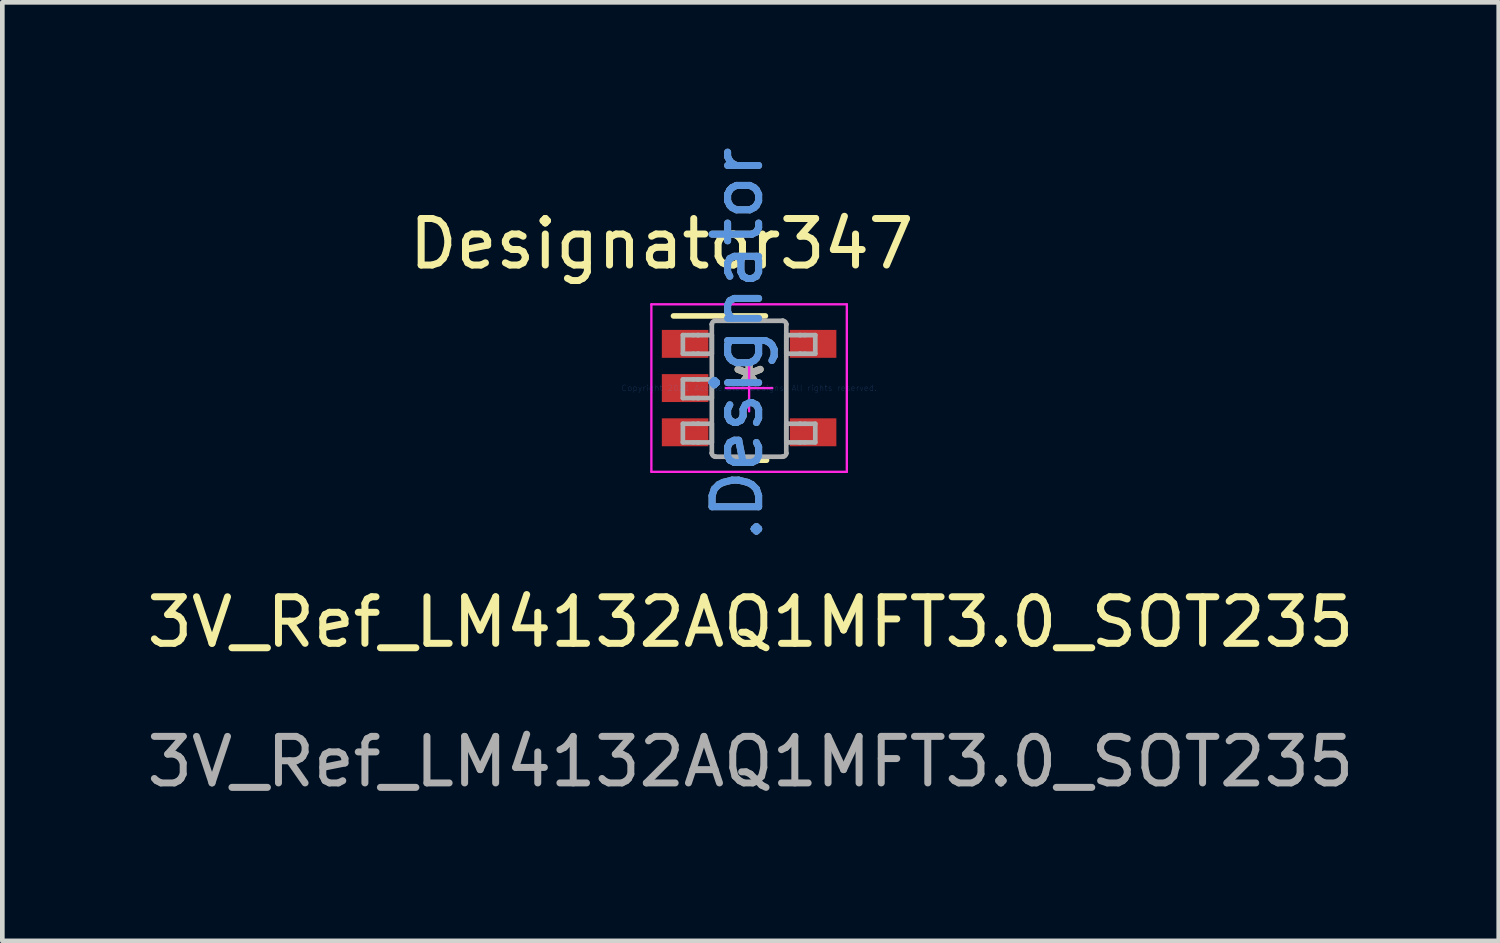
<source format=kicad_pcb>
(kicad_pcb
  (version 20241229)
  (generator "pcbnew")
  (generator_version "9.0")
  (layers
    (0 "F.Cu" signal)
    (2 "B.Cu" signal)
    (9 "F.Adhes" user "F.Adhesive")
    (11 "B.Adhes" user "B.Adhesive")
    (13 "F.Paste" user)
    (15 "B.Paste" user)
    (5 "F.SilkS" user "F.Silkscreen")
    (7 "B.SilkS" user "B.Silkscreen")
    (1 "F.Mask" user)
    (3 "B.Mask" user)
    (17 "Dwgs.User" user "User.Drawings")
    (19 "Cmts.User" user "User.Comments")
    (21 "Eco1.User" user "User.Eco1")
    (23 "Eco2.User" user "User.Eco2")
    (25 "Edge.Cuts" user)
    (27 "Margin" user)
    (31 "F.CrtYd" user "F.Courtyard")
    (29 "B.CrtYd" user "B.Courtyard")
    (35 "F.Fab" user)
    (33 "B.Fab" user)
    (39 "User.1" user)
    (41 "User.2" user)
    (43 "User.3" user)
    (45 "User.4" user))
  (footprint "3V_Ref_LM4132AQ1MFT3.0_SOT235"
    (layer "F.Cu")
    (at 13.047 5.289)
    (property "Reference" "3V_Ref_LM4132AQ1MFT3.0_SOT235" (at 0.03 5.03 0) (unlocked yes) (layer "F.SilkS") (effects (font (size 1 1) (thickness 0.15))))
    (attr smd)
    (fp_line (start -1.625 -1.55) (end 0.35 -1.55) (stroke (width 0.12) (type solid)) (layer "F.SilkS"))
    (fp_line (start -0.4 1.55) (end 0.375 1.55) (stroke (width 0.12) (type solid)) (layer "F.SilkS"))
    (fp_line (start -2.1 -1.8) (end 2.1 -1.8) (stroke (width 0.05) (type solid)) (layer "F.CrtYd"))
    (fp_line (start -2.1 1.8) (end -2.1 -1.8) (stroke (width 0.05) (type solid)) (layer "F.CrtYd"))
    (fp_line (start -2.1 1.8) (end 2.1 1.8) (stroke (width 0.05) (type solid)) (layer "F.CrtYd"))
    (fp_line (start -0.5 0.000001) (end 0.5 0.000001) (stroke (width 0.05) (type solid)) (layer "F.CrtYd"))
    (fp_line (start 0.000002 0.5) (end 0.000002 -0.5) (stroke (width 0.05) (type solid)) (layer "F.CrtYd"))
    (fp_line (start 2.1 1.8) (end 2.1 -1.8) (stroke (width 0.05) (type solid)) (layer "F.CrtYd"))
    (fp_line (start -1.423 -1.138) (end -1.199 -1.138) (stroke (width 0.1) (type solid)) (layer "F.Fab"))
    (fp_line (start -1.423 -0.738) (end -1.423 -1.138) (stroke (width 0.1) (type solid)) (layer "F.Fab"))
    (fp_line (start -1.423 -0.738) (end -1.199 -0.738) (stroke (width 0.1) (type solid)) (layer "F.Fab"))
    (fp_line (start -1.423 -0.186) (end -1.199 -0.186) (stroke (width 0.1) (type solid)) (layer "F.Fab"))
    (fp_line (start -1.423 0.215) (end -1.423 -0.186) (stroke (width 0.1) (type solid)) (layer "F.Fab"))
    (fp_line (start -1.423 0.215) (end -1.199 0.215) (stroke (width 0.1) (type solid)) (layer "F.Fab"))
    (fp_line (start -1.423 0.767) (end -1.199 0.767) (stroke (width 0.1) (type solid)) (layer "F.Fab"))
    (fp_line (start -1.423 1.167) (end -1.423 0.767) (stroke (width 0.1) (type solid)) (layer "F.Fab"))
    (fp_line (start -1.423 1.167) (end -1.199 1.167) (stroke (width 0.1) (type solid)) (layer "F.Fab"))
    (fp_line (start -1.199 -1.138) (end -1.105 -1.138) (stroke (width 0.1) (type solid)) (layer "F.Fab"))
    (fp_line (start -1.199 -0.738) (end -1.105 -0.738) (stroke (width 0.1) (type solid)) (layer "F.Fab"))
    (fp_line (start -1.199 -0.186) (end -1.105 -0.186) (stroke (width 0.1) (type solid)) (layer "F.Fab"))
    (fp_line (start -1.199 0.215) (end -1.105 0.215) (stroke (width 0.1) (type solid)) (layer "F.Fab"))
    (fp_line (start -1.199 0.767) (end -1.105 0.767) (stroke (width 0.1) (type solid)) (layer "F.Fab"))
    (fp_line (start -1.199 1.167) (end -1.105 1.167) (stroke (width 0.1) (type solid)) (layer "F.Fab"))
    (fp_line (start -1.105 -1.138) (end -1.088 -1.138) (stroke (width 0.1) (type solid)) (layer "F.Fab"))
    (fp_line (start -1.105 -0.738) (end -1.088 -0.738) (stroke (width 0.1) (type solid)) (layer "F.Fab"))
    (fp_line (start -1.105 -0.186) (end -1.088 -0.186) (stroke (width 0.1) (type solid)) (layer "F.Fab"))
    (fp_line (start -1.105 0.215) (end -1.088 0.215) (stroke (width 0.1) (type solid)) (layer "F.Fab"))
    (fp_line (start -1.105 0.767) (end -1.088 0.767) (stroke (width 0.1) (type solid)) (layer "F.Fab"))
    (fp_line (start -1.105 1.167) (end -1.088 1.167) (stroke (width 0.1) (type solid)) (layer "F.Fab"))
    (fp_line (start -1.088 -1.138) (end -0.835 -1.138) (stroke (width 0.1) (type solid)) (layer "F.Fab"))
    (fp_line (start -1.088 -0.738) (end -0.835 -0.738) (stroke (width 0.1) (type solid)) (layer "F.Fab"))
    (fp_line (start -1.088 -0.186) (end -0.835 -0.186) (stroke (width 0.1) (type solid)) (layer "F.Fab"))
    (fp_line (start -1.088 0.215) (end -0.835 0.215) (stroke (width 0.1) (type solid)) (layer "F.Fab"))
    (fp_line (start -1.088 0.767) (end -0.835 0.767) (stroke (width 0.1) (type solid)) (layer "F.Fab"))
    (fp_line (start -1.088 1.167) (end -0.835 1.167) (stroke (width 0.1) (type solid)) (layer "F.Fab"))
    (fp_line (start -0.835 -1.138) (end -0.801 -1.138) (stroke (width 0.1) (type solid)) (layer "F.Fab"))
    (fp_line (start -0.835 -0.738) (end -0.801 -0.738) (stroke (width 0.1) (type solid)) (layer "F.Fab"))
    (fp_line (start -0.835 -0.186) (end -0.801 -0.186) (stroke (width 0.1) (type solid)) (layer "F.Fab"))
    (fp_line (start -0.835 0.215) (end -0.801 0.215) (stroke (width 0.1) (type solid)) (layer "F.Fab"))
    (fp_line (start -0.835 0.767) (end -0.801 0.767) (stroke (width 0.1) (type solid)) (layer "F.Fab"))
    (fp_line (start -0.835 1.167) (end -0.801 1.167) (stroke (width 0.1) (type solid)) (layer "F.Fab"))
    (fp_line (start -0.801 -1.37) (end -0.801 -1.371) (stroke (width 0.1) (type solid)) (layer "F.Fab"))
    (fp_line (start -0.801 -0.738) (end -0.801 -1.138) (stroke (width 0.1) (type solid)) (layer "F.Fab"))
    (fp_line (start -0.801 0.215) (end -0.801 -0.186) (stroke (width 0.1) (type solid)) (layer "F.Fab"))
    (fp_line (start -0.801 1.167) (end -0.801 0.767) (stroke (width 0.1) (type solid)) (layer "F.Fab"))
    (fp_line (start -0.801 1.399) (end -0.801 -1.37) (stroke (width 0.1) (type solid)) (layer "F.Fab"))
    (fp_line (start -0.801 1.4) (end -0.801 1.399) (stroke (width 0.1) (type solid)) (layer "F.Fab"))
    (fp_line (start -0.725 -1.446) (end -0.725 -1.446) (stroke (width 0.1) (type solid)) (layer "F.Fab"))
    (fp_line (start -0.725 1.475) (end -0.725 1.475) (stroke (width 0.1) (type solid)) (layer "F.Fab"))
    (fp_line (start -0.725 -1.446) (end 0.723 -1.446) (stroke (width 0.1) (type solid)) (layer "F.Fab"))
    (fp_line (start -0.725 1.475) (end 0.723 1.475) (stroke (width 0.1) (type solid)) (layer "F.Fab"))
    (fp_line (start 0.723 -1.446) (end 0.724 -1.446) (stroke (width 0.1) (type solid)) (layer "F.Fab"))
    (fp_line (start 0.723 1.475) (end 0.724 1.475) (stroke (width 0.1) (type solid)) (layer "F.Fab"))
    (fp_line (start 0.799 -1.37) (end 0.799 -1.371) (stroke (width 0.1) (type solid)) (layer "F.Fab"))
    (fp_line (start 0.799 -1.138) (end 0.834 -1.138) (stroke (width 0.1) (type solid)) (layer "F.Fab"))
    (fp_line (start 0.799 -0.738) (end 0.799 -1.138) (stroke (width 0.1) (type solid)) (layer "F.Fab"))
    (fp_line (start 0.799 -0.738) (end 0.834 -0.738) (stroke (width 0.1) (type solid)) (layer "F.Fab"))
    (fp_line (start 0.799 0.767) (end 0.834 0.767) (stroke (width 0.1) (type solid)) (layer "F.Fab"))
    (fp_line (start 0.799 1.167) (end 0.799 0.767) (stroke (width 0.1) (type solid)) (layer "F.Fab"))
    (fp_line (start 0.799 1.167) (end 0.834 1.167) (stroke (width 0.1) (type solid)) (layer "F.Fab"))
    (fp_line (start 0.799 1.399) (end 0.799 -1.37) (stroke (width 0.1) (type solid)) (layer "F.Fab"))
    (fp_line (start 0.799 1.4) (end 0.799 1.399) (stroke (width 0.1) (type solid)) (layer "F.Fab"))
    (fp_line (start 0.834 -1.138) (end 1.087 -1.138) (stroke (width 0.1) (type solid)) (layer "F.Fab"))
    (fp_line (start 0.834 -0.738) (end 1.087 -0.738) (stroke (width 0.1) (type solid)) (layer "F.Fab"))
    (fp_line (start 0.834 0.767) (end 1.087 0.767) (stroke (width 0.1) (type solid)) (layer "F.Fab"))
    (fp_line (start 0.834 1.167) (end 1.087 1.167) (stroke (width 0.1) (type solid)) (layer "F.Fab"))
    (fp_line (start 1.087 -1.138) (end 1.103 -1.138) (stroke (width 0.1) (type solid)) (layer "F.Fab"))
    (fp_line (start 1.087 -0.738) (end 1.103 -0.738) (stroke (width 0.1) (type solid)) (layer "F.Fab"))
    (fp_line (start 1.087 0.767) (end 1.103 0.767) (stroke (width 0.1) (type solid)) (layer "F.Fab"))
    (fp_line (start 1.087 1.167) (end 1.103 1.167) (stroke (width 0.1) (type solid)) (layer "F.Fab"))
    (fp_line (start 1.103 -1.138) (end 1.198 -1.138) (stroke (width 0.1) (type solid)) (layer "F.Fab"))
    (fp_line (start 1.103 -0.738) (end 1.198 -0.738) (stroke (width 0.1) (type solid)) (layer "F.Fab"))
    (fp_line (start 1.103 0.767) (end 1.198 0.767) (stroke (width 0.1) (type solid)) (layer "F.Fab"))
    (fp_line (start 1.103 1.167) (end 1.198 1.167) (stroke (width 0.1) (type solid)) (layer "F.Fab"))
    (fp_line (start 1.198 -1.138) (end 1.422 -1.138) (stroke (width 0.1) (type solid)) (layer "F.Fab"))
    (fp_line (start 1.198 -0.738) (end 1.422 -0.738) (stroke (width 0.1) (type solid)) (layer "F.Fab"))
    (fp_line (start 1.198 0.767) (end 1.422 0.767) (stroke (width 0.1) (type solid)) (layer "F.Fab"))
    (fp_line (start 1.198 1.167) (end 1.422 1.167) (stroke (width 0.1) (type solid)) (layer "F.Fab"))
    (fp_line (start 1.422 -0.738) (end 1.422 -1.138) (stroke (width 0.1) (type solid)) (layer "F.Fab"))
    (fp_line (start 1.422 1.167) (end 1.422 0.767) (stroke (width 0.1) (type solid)) (layer "F.Fab"))
    (fp_arc (start -0.800738 -1.37084) (mid -0.778215 -1.423885) (end -0.724997 -1.445997) (stroke (width 0.1) (type solid)) (layer "F.Fab"))
    (fp_arc (start -0.724997 1.475) (mid -0.778216 1.45291) (end -0.800738 1.399868) (stroke (width 0.1) (type solid)) (layer "F.Fab"))
    (fp_arc (start 0.723717 -1.445997) (mid 0.776924 -1.423874) (end 0.799457 -1.370839) (stroke (width 0.1) (type solid)) (layer "F.Fab"))
    (fp_arc (start 0.799458 1.399869) (mid 0.776942 1.452915) (end 0.723715 1.475001) (stroke (width 0.1) (type solid)) (layer "F.Fab"))
    (fp_text user "Designator347" (at -1.88 -3.099 0) (layer "F.SilkS") (effects (font (size 1 1) (thickness 0.15))))
    (fp_text user "*" (at 0.000002 0.000001 0) (layer "F.SilkS") (effects (font (size 1 1) (thickness 0.15))))
    (fp_text user "Copyright 2021 Accelerated Designs. All rights reserved." (at 0.000002 0.000001 0) (layer "Cmts.User") (effects (font (size 0.127 0.127) (thickness 0.002))))
    (fp_text user ".Designator" (at -0.25 -0.95 270) (layer "Cmts.User") (effects (font (size 1 1) (thickness 0.15))))
    (fp_text user "${REFERENCE}" (at 0.03 8.03 0) (unlocked yes) (layer "F.Fab") (effects (font (size 1 1) (thickness 0.15))))
    (fp_text user "*" (at 0.000002 0.000001 0) (layer "F.Fab") (effects (font (size 1 1) (thickness 0.15))))
    (fp_text user ".Designator" (at -0.25 -0.95 270) (layer "F.Fab") (effects (font (size 1 1) (thickness 0.15))))
    (pad "1" smd rect (at -1.375 -0.95 90) (size 0.6 1) (layers "F.Cu" "F.Mask" "F.Paste"))
    (pad "2" smd rect (at -1.375 0.000001 90) (size 0.6 1) (layers "F.Cu" "F.Mask" "F.Paste"))
    (pad "3" smd rect (at -1.375 0.95 90) (size 0.6 1) (layers "F.Cu" "F.Mask" "F.Paste"))
    (pad "4" smd rect (at 1.375 0.95 90) (size 0.6 1) (layers "F.Cu" "F.Mask" "F.Paste"))
    (pad "5" smd rect (at 1.375 -0.95 90) (size 0.6 1) (layers "F.Cu" "F.Mask" "F.Paste")))
  (gr_rect
    (start -3 -3)
    (end 29.155 17.168)
    (stroke (width 0.1) (type default))
    (fill no)
    (layer "Edge.Cuts")))
</source>
